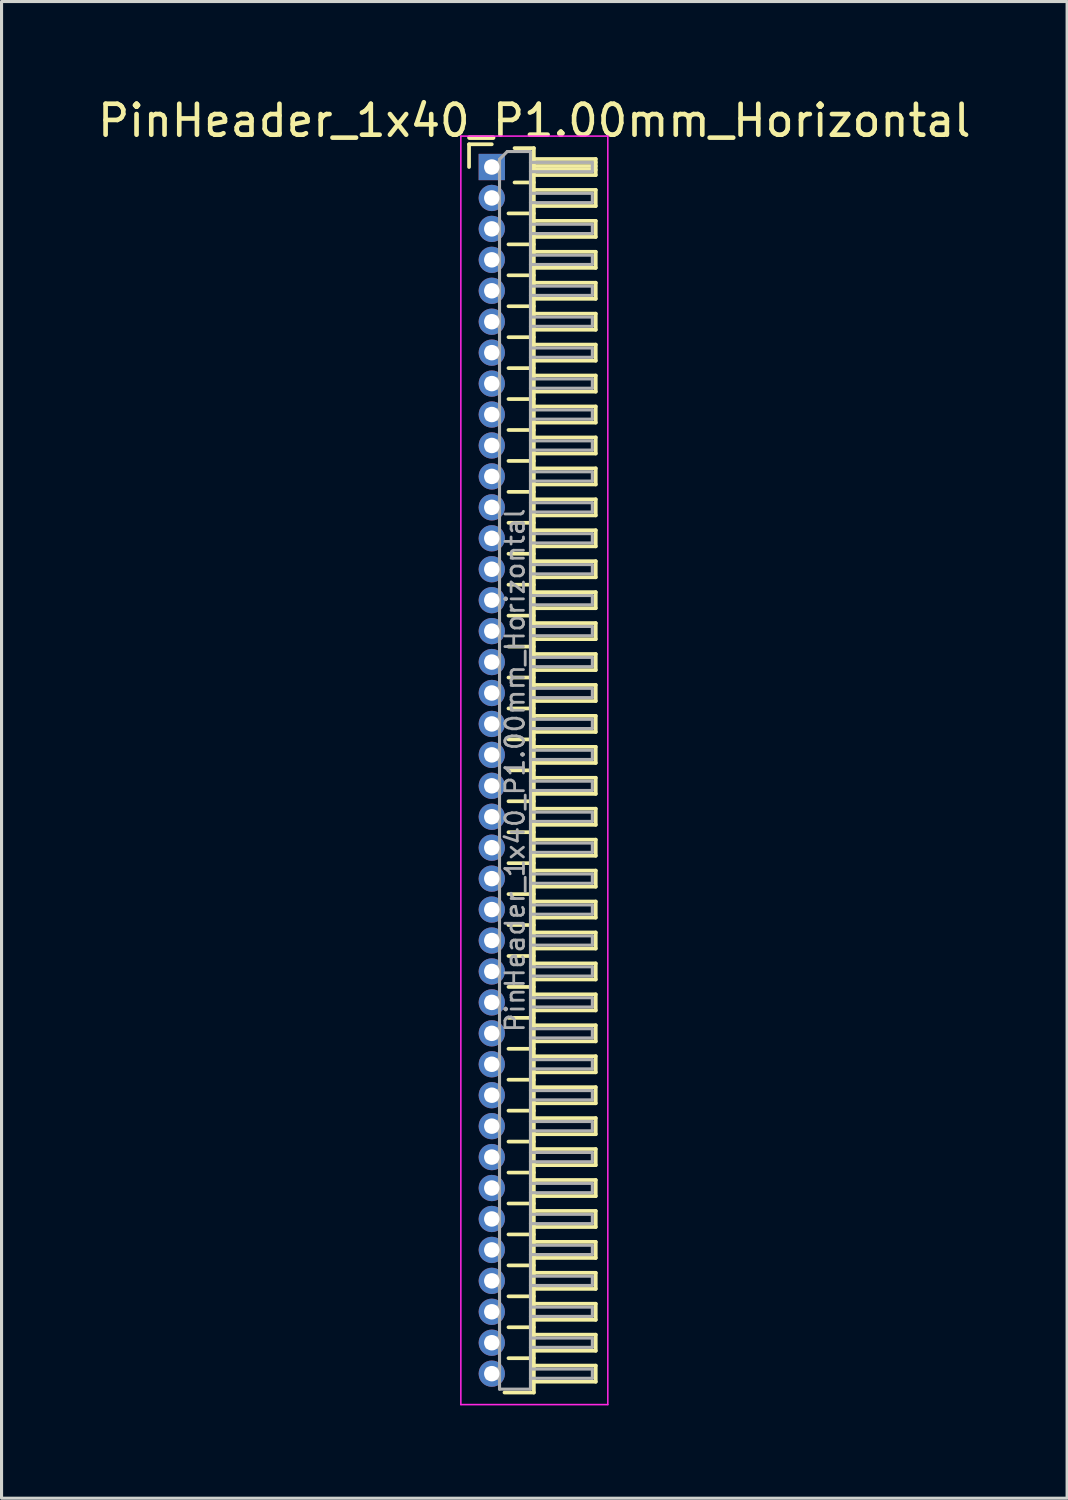
<source format=kicad_pcb>
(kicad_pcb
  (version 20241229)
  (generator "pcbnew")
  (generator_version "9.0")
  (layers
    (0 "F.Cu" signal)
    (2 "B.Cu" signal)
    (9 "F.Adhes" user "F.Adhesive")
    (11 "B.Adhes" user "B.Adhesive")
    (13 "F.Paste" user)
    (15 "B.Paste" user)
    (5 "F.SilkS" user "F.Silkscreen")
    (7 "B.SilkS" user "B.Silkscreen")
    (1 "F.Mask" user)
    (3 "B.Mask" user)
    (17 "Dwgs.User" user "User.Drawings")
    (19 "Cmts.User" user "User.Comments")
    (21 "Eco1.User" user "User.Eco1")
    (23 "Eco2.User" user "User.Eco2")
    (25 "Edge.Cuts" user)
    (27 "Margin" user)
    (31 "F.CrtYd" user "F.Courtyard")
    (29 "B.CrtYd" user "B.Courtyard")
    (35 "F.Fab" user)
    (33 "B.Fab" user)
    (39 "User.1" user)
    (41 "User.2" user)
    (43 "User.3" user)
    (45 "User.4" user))
  (footprint "PinHeader_1x40_P1.00mm_Horizontal"
    (layer "F.Cu")
    (at 12.845 2.348)
    (property "Reference" "PinHeader_1x40_P1.00mm_Horizontal" (at 1.375 -1.5 0) (layer "F.SilkS") (effects (font (size 1 1) (thickness 0.15))))
    (attr through_hole)
    (fp_line (start -0.735 -0.735) (end 0 -0.735) (stroke (width 0.12) (type solid)) (layer "F.SilkS"))
    (fp_line (start -0.735 0) (end -0.735 -0.735) (stroke (width 0.12) (type solid)) (layer "F.SilkS"))
    (fp_line (start 0.539 1.5) (end 1.36 1.5) (stroke (width 0.12) (type solid)) (layer "F.SilkS"))
    (fp_line (start 0.539 2.5) (end 1.36 2.5) (stroke (width 0.12) (type solid)) (layer "F.SilkS"))
    (fp_line (start 0.539 3.5) (end 1.36 3.5) (stroke (width 0.12) (type solid)) (layer "F.SilkS"))
    (fp_line (start 0.539 4.5) (end 1.36 4.5) (stroke (width 0.12) (type solid)) (layer "F.SilkS"))
    (fp_line (start 0.539 5.5) (end 1.36 5.5) (stroke (width 0.12) (type solid)) (layer "F.SilkS"))
    (fp_line (start 0.539 6.5) (end 1.36 6.5) (stroke (width 0.12) (type solid)) (layer "F.SilkS"))
    (fp_line (start 0.539 7.5) (end 1.36 7.5) (stroke (width 0.12) (type solid)) (layer "F.SilkS"))
    (fp_line (start 0.539 8.5) (end 1.36 8.5) (stroke (width 0.12) (type solid)) (layer "F.SilkS"))
    (fp_line (start 0.539 9.5) (end 1.36 9.5) (stroke (width 0.12) (type solid)) (layer "F.SilkS"))
    (fp_line (start 0.539 10.5) (end 1.36 10.5) (stroke (width 0.12) (type solid)) (layer "F.SilkS"))
    (fp_line (start 0.539 11.5) (end 1.36 11.5) (stroke (width 0.12) (type solid)) (layer "F.SilkS"))
    (fp_line (start 0.539 12.5) (end 1.36 12.5) (stroke (width 0.12) (type solid)) (layer "F.SilkS"))
    (fp_line (start 0.539 13.5) (end 1.36 13.5) (stroke (width 0.12) (type solid)) (layer "F.SilkS"))
    (fp_line (start 0.539 14.5) (end 1.36 14.5) (stroke (width 0.12) (type solid)) (layer "F.SilkS"))
    (fp_line (start 0.539 15.5) (end 1.36 15.5) (stroke (width 0.12) (type solid)) (layer "F.SilkS"))
    (fp_line (start 0.539 16.5) (end 1.36 16.5) (stroke (width 0.12) (type solid)) (layer "F.SilkS"))
    (fp_line (start 0.539 17.5) (end 1.36 17.5) (stroke (width 0.12) (type solid)) (layer "F.SilkS"))
    (fp_line (start 0.539 18.5) (end 1.36 18.5) (stroke (width 0.12) (type solid)) (layer "F.SilkS"))
    (fp_line (start 0.539 19.5) (end 1.36 19.5) (stroke (width 0.12) (type solid)) (layer "F.SilkS"))
    (fp_line (start 0.539 20.5) (end 1.36 20.5) (stroke (width 0.12) (type solid)) (layer "F.SilkS"))
    (fp_line (start 0.539 21.5) (end 1.36 21.5) (stroke (width 0.12) (type solid)) (layer "F.SilkS"))
    (fp_line (start 0.539 22.5) (end 1.36 22.5) (stroke (width 0.12) (type solid)) (layer "F.SilkS"))
    (fp_line (start 0.539 23.5) (end 1.36 23.5) (stroke (width 0.12) (type solid)) (layer "F.SilkS"))
    (fp_line (start 0.539 24.5) (end 1.36 24.5) (stroke (width 0.12) (type solid)) (layer "F.SilkS"))
    (fp_line (start 0.539 25.5) (end 1.36 25.5) (stroke (width 0.12) (type solid)) (layer "F.SilkS"))
    (fp_line (start 0.539 26.5) (end 1.36 26.5) (stroke (width 0.12) (type solid)) (layer "F.SilkS"))
    (fp_line (start 0.539 27.5) (end 1.36 27.5) (stroke (width 0.12) (type solid)) (layer "F.SilkS"))
    (fp_line (start 0.539 28.5) (end 1.36 28.5) (stroke (width 0.12) (type solid)) (layer "F.SilkS"))
    (fp_line (start 0.539 29.5) (end 1.36 29.5) (stroke (width 0.12) (type solid)) (layer "F.SilkS"))
    (fp_line (start 0.539 30.5) (end 1.36 30.5) (stroke (width 0.12) (type solid)) (layer "F.SilkS"))
    (fp_line (start 0.539 31.5) (end 1.36 31.5) (stroke (width 0.12) (type solid)) (layer "F.SilkS"))
    (fp_line (start 0.539 32.5) (end 1.36 32.5) (stroke (width 0.12) (type solid)) (layer "F.SilkS"))
    (fp_line (start 0.539 33.5) (end 1.36 33.5) (stroke (width 0.12) (type solid)) (layer "F.SilkS"))
    (fp_line (start 0.539 34.5) (end 1.36 34.5) (stroke (width 0.12) (type solid)) (layer "F.SilkS"))
    (fp_line (start 0.539 35.5) (end 1.36 35.5) (stroke (width 0.12) (type solid)) (layer "F.SilkS"))
    (fp_line (start 0.539 36.5) (end 1.36 36.5) (stroke (width 0.12) (type solid)) (layer "F.SilkS"))
    (fp_line (start 0.539 37.5) (end 1.36 37.5) (stroke (width 0.12) (type solid)) (layer "F.SilkS"))
    (fp_line (start 0.539 38.5) (end 1.36 38.5) (stroke (width 0.12) (type solid)) (layer "F.SilkS"))
    (fp_line (start 0.735 -0.61) (end 1.36 -0.61) (stroke (width 0.12) (type solid)) (layer "F.SilkS"))
    (fp_line (start 0.735 0.5) (end 1.36 0.5) (stroke (width 0.12) (type solid)) (layer "F.SilkS"))
    (fp_line (start 1.36 -0.61) (end 1.36 39.61) (stroke (width 0.12) (type solid)) (layer "F.SilkS"))
    (fp_line (start 1.36 -0.26) (end 3.36 -0.26) (stroke (width 0.12) (type solid)) (layer "F.SilkS"))
    (fp_line (start 1.36 -0.15) (end 3.36 -0.15) (stroke (width 0.12) (type solid)) (layer "F.SilkS"))
    (fp_line (start 1.36 -0.03) (end 3.36 -0.03) (stroke (width 0.12) (type solid)) (layer "F.SilkS"))
    (fp_line (start 1.36 0.09) (end 3.36 0.09) (stroke (width 0.12) (type solid)) (layer "F.SilkS"))
    (fp_line (start 1.36 0.74) (end 3.36 0.74) (stroke (width 0.12) (type solid)) (layer "F.SilkS"))
    (fp_line (start 1.36 1.74) (end 3.36 1.74) (stroke (width 0.12) (type solid)) (layer "F.SilkS"))
    (fp_line (start 1.36 2.74) (end 3.36 2.74) (stroke (width 0.12) (type solid)) (layer "F.SilkS"))
    (fp_line (start 1.36 3.74) (end 3.36 3.74) (stroke (width 0.12) (type solid)) (layer "F.SilkS"))
    (fp_line (start 1.36 4.74) (end 3.36 4.74) (stroke (width 0.12) (type solid)) (layer "F.SilkS"))
    (fp_line (start 1.36 5.74) (end 3.36 5.74) (stroke (width 0.12) (type solid)) (layer "F.SilkS"))
    (fp_line (start 1.36 6.74) (end 3.36 6.74) (stroke (width 0.12) (type solid)) (layer "F.SilkS"))
    (fp_line (start 1.36 7.74) (end 3.36 7.74) (stroke (width 0.12) (type solid)) (layer "F.SilkS"))
    (fp_line (start 1.36 8.74) (end 3.36 8.74) (stroke (width 0.12) (type solid)) (layer "F.SilkS"))
    (fp_line (start 1.36 9.74) (end 3.36 9.74) (stroke (width 0.12) (type solid)) (layer "F.SilkS"))
    (fp_line (start 1.36 10.74) (end 3.36 10.74) (stroke (width 0.12) (type solid)) (layer "F.SilkS"))
    (fp_line (start 1.36 11.74) (end 3.36 11.74) (stroke (width 0.12) (type solid)) (layer "F.SilkS"))
    (fp_line (start 1.36 12.74) (end 3.36 12.74) (stroke (width 0.12) (type solid)) (layer "F.SilkS"))
    (fp_line (start 1.36 13.74) (end 3.36 13.74) (stroke (width 0.12) (type solid)) (layer "F.SilkS"))
    (fp_line (start 1.36 14.74) (end 3.36 14.74) (stroke (width 0.12) (type solid)) (layer "F.SilkS"))
    (fp_line (start 1.36 15.74) (end 3.36 15.74) (stroke (width 0.12) (type solid)) (layer "F.SilkS"))
    (fp_line (start 1.36 16.74) (end 3.36 16.74) (stroke (width 0.12) (type solid)) (layer "F.SilkS"))
    (fp_line (start 1.36 17.74) (end 3.36 17.74) (stroke (width 0.12) (type solid)) (layer "F.SilkS"))
    (fp_line (start 1.36 18.74) (end 3.36 18.74) (stroke (width 0.12) (type solid)) (layer "F.SilkS"))
    (fp_line (start 1.36 19.74) (end 3.36 19.74) (stroke (width 0.12) (type solid)) (layer "F.SilkS"))
    (fp_line (start 1.36 20.74) (end 3.36 20.74) (stroke (width 0.12) (type solid)) (layer "F.SilkS"))
    (fp_line (start 1.36 21.74) (end 3.36 21.74) (stroke (width 0.12) (type solid)) (layer "F.SilkS"))
    (fp_line (start 1.36 22.74) (end 3.36 22.74) (stroke (width 0.12) (type solid)) (layer "F.SilkS"))
    (fp_line (start 1.36 23.74) (end 3.36 23.74) (stroke (width 0.12) (type solid)) (layer "F.SilkS"))
    (fp_line (start 1.36 24.74) (end 3.36 24.74) (stroke (width 0.12) (type solid)) (layer "F.SilkS"))
    (fp_line (start 1.36 25.74) (end 3.36 25.74) (stroke (width 0.12) (type solid)) (layer "F.SilkS"))
    (fp_line (start 1.36 26.74) (end 3.36 26.74) (stroke (width 0.12) (type solid)) (layer "F.SilkS"))
    (fp_line (start 1.36 27.74) (end 3.36 27.74) (stroke (width 0.12) (type solid)) (layer "F.SilkS"))
    (fp_line (start 1.36 28.74) (end 3.36 28.74) (stroke (width 0.12) (type solid)) (layer "F.SilkS"))
    (fp_line (start 1.36 29.74) (end 3.36 29.74) (stroke (width 0.12) (type solid)) (layer "F.SilkS"))
    (fp_line (start 1.36 30.74) (end 3.36 30.74) (stroke (width 0.12) (type solid)) (layer "F.SilkS"))
    (fp_line (start 1.36 31.74) (end 3.36 31.74) (stroke (width 0.12) (type solid)) (layer "F.SilkS"))
    (fp_line (start 1.36 32.74) (end 3.36 32.74) (stroke (width 0.12) (type solid)) (layer "F.SilkS"))
    (fp_line (start 1.36 33.74) (end 3.36 33.74) (stroke (width 0.12) (type solid)) (layer "F.SilkS"))
    (fp_line (start 1.36 34.74) (end 3.36 34.74) (stroke (width 0.12) (type solid)) (layer "F.SilkS"))
    (fp_line (start 1.36 35.74) (end 3.36 35.74) (stroke (width 0.12) (type solid)) (layer "F.SilkS"))
    (fp_line (start 1.36 36.74) (end 3.36 36.74) (stroke (width 0.12) (type solid)) (layer "F.SilkS"))
    (fp_line (start 1.36 37.74) (end 3.36 37.74) (stroke (width 0.12) (type solid)) (layer "F.SilkS"))
    (fp_line (start 1.36 38.74) (end 3.36 38.74) (stroke (width 0.12) (type solid)) (layer "F.SilkS"))
    (fp_line (start 1.36 39.61) (end 0.41 39.61) (stroke (width 0.12) (type solid)) (layer "F.SilkS"))
    (fp_line (start 3.36 -0.26) (end 3.36 0.26) (stroke (width 0.12) (type solid)) (layer "F.SilkS"))
    (fp_line (start 3.36 0.26) (end 1.36 0.26) (stroke (width 0.12) (type solid)) (layer "F.SilkS"))
    (fp_line (start 3.36 0.74) (end 3.36 1.26) (stroke (width 0.12) (type solid)) (layer "F.SilkS"))
    (fp_line (start 3.36 1.26) (end 1.36 1.26) (stroke (width 0.12) (type solid)) (layer "F.SilkS"))
    (fp_line (start 3.36 1.74) (end 3.36 2.26) (stroke (width 0.12) (type solid)) (layer "F.SilkS"))
    (fp_line (start 3.36 2.26) (end 1.36 2.26) (stroke (width 0.12) (type solid)) (layer "F.SilkS"))
    (fp_line (start 3.36 2.74) (end 3.36 3.26) (stroke (width 0.12) (type solid)) (layer "F.SilkS"))
    (fp_line (start 3.36 3.26) (end 1.36 3.26) (stroke (width 0.12) (type solid)) (layer "F.SilkS"))
    (fp_line (start 3.36 3.74) (end 3.36 4.26) (stroke (width 0.12) (type solid)) (layer "F.SilkS"))
    (fp_line (start 3.36 4.26) (end 1.36 4.26) (stroke (width 0.12) (type solid)) (layer "F.SilkS"))
    (fp_line (start 3.36 4.74) (end 3.36 5.26) (stroke (width 0.12) (type solid)) (layer "F.SilkS"))
    (fp_line (start 3.36 5.26) (end 1.36 5.26) (stroke (width 0.12) (type solid)) (layer "F.SilkS"))
    (fp_line (start 3.36 5.74) (end 3.36 6.26) (stroke (width 0.12) (type solid)) (layer "F.SilkS"))
    (fp_line (start 3.36 6.26) (end 1.36 6.26) (stroke (width 0.12) (type solid)) (layer "F.SilkS"))
    (fp_line (start 3.36 6.74) (end 3.36 7.26) (stroke (width 0.12) (type solid)) (layer "F.SilkS"))
    (fp_line (start 3.36 7.26) (end 1.36 7.26) (stroke (width 0.12) (type solid)) (layer "F.SilkS"))
    (fp_line (start 3.36 7.74) (end 3.36 8.26) (stroke (width 0.12) (type solid)) (layer "F.SilkS"))
    (fp_line (start 3.36 8.26) (end 1.36 8.26) (stroke (width 0.12) (type solid)) (layer "F.SilkS"))
    (fp_line (start 3.36 8.74) (end 3.36 9.26) (stroke (width 0.12) (type solid)) (layer "F.SilkS"))
    (fp_line (start 3.36 9.26) (end 1.36 9.26) (stroke (width 0.12) (type solid)) (layer "F.SilkS"))
    (fp_line (start 3.36 9.74) (end 3.36 10.26) (stroke (width 0.12) (type solid)) (layer "F.SilkS"))
    (fp_line (start 3.36 10.26) (end 1.36 10.26) (stroke (width 0.12) (type solid)) (layer "F.SilkS"))
    (fp_line (start 3.36 10.74) (end 3.36 11.26) (stroke (width 0.12) (type solid)) (layer "F.SilkS"))
    (fp_line (start 3.36 11.26) (end 1.36 11.26) (stroke (width 0.12) (type solid)) (layer "F.SilkS"))
    (fp_line (start 3.36 11.74) (end 3.36 12.26) (stroke (width 0.12) (type solid)) (layer "F.SilkS"))
    (fp_line (start 3.36 12.26) (end 1.36 12.26) (stroke (width 0.12) (type solid)) (layer "F.SilkS"))
    (fp_line (start 3.36 12.74) (end 3.36 13.26) (stroke (width 0.12) (type solid)) (layer "F.SilkS"))
    (fp_line (start 3.36 13.26) (end 1.36 13.26) (stroke (width 0.12) (type solid)) (layer "F.SilkS"))
    (fp_line (start 3.36 13.74) (end 3.36 14.26) (stroke (width 0.12) (type solid)) (layer "F.SilkS"))
    (fp_line (start 3.36 14.26) (end 1.36 14.26) (stroke (width 0.12) (type solid)) (layer "F.SilkS"))
    (fp_line (start 3.36 14.74) (end 3.36 15.26) (stroke (width 0.12) (type solid)) (layer "F.SilkS"))
    (fp_line (start 3.36 15.26) (end 1.36 15.26) (stroke (width 0.12) (type solid)) (layer "F.SilkS"))
    (fp_line (start 3.36 15.74) (end 3.36 16.26) (stroke (width 0.12) (type solid)) (layer "F.SilkS"))
    (fp_line (start 3.36 16.26) (end 1.36 16.26) (stroke (width 0.12) (type solid)) (layer "F.SilkS"))
    (fp_line (start 3.36 16.74) (end 3.36 17.26) (stroke (width 0.12) (type solid)) (layer "F.SilkS"))
    (fp_line (start 3.36 17.26) (end 1.36 17.26) (stroke (width 0.12) (type solid)) (layer "F.SilkS"))
    (fp_line (start 3.36 17.74) (end 3.36 18.26) (stroke (width 0.12) (type solid)) (layer "F.SilkS"))
    (fp_line (start 3.36 18.26) (end 1.36 18.26) (stroke (width 0.12) (type solid)) (layer "F.SilkS"))
    (fp_line (start 3.36 18.74) (end 3.36 19.26) (stroke (width 0.12) (type solid)) (layer "F.SilkS"))
    (fp_line (start 3.36 19.26) (end 1.36 19.26) (stroke (width 0.12) (type solid)) (layer "F.SilkS"))
    (fp_line (start 3.36 19.74) (end 3.36 20.26) (stroke (width 0.12) (type solid)) (layer "F.SilkS"))
    (fp_line (start 3.36 20.26) (end 1.36 20.26) (stroke (width 0.12) (type solid)) (layer "F.SilkS"))
    (fp_line (start 3.36 20.74) (end 3.36 21.26) (stroke (width 0.12) (type solid)) (layer "F.SilkS"))
    (fp_line (start 3.36 21.26) (end 1.36 21.26) (stroke (width 0.12) (type solid)) (layer "F.SilkS"))
    (fp_line (start 3.36 21.74) (end 3.36 22.26) (stroke (width 0.12) (type solid)) (layer "F.SilkS"))
    (fp_line (start 3.36 22.26) (end 1.36 22.26) (stroke (width 0.12) (type solid)) (layer "F.SilkS"))
    (fp_line (start 3.36 22.74) (end 3.36 23.26) (stroke (width 0.12) (type solid)) (layer "F.SilkS"))
    (fp_line (start 3.36 23.26) (end 1.36 23.26) (stroke (width 0.12) (type solid)) (layer "F.SilkS"))
    (fp_line (start 3.36 23.74) (end 3.36 24.26) (stroke (width 0.12) (type solid)) (layer "F.SilkS"))
    (fp_line (start 3.36 24.26) (end 1.36 24.26) (stroke (width 0.12) (type solid)) (layer "F.SilkS"))
    (fp_line (start 3.36 24.74) (end 3.36 25.26) (stroke (width 0.12) (type solid)) (layer "F.SilkS"))
    (fp_line (start 3.36 25.26) (end 1.36 25.26) (stroke (width 0.12) (type solid)) (layer "F.SilkS"))
    (fp_line (start 3.36 25.74) (end 3.36 26.26) (stroke (width 0.12) (type solid)) (layer "F.SilkS"))
    (fp_line (start 3.36 26.26) (end 1.36 26.26) (stroke (width 0.12) (type solid)) (layer "F.SilkS"))
    (fp_line (start 3.36 26.74) (end 3.36 27.26) (stroke (width 0.12) (type solid)) (layer "F.SilkS"))
    (fp_line (start 3.36 27.26) (end 1.36 27.26) (stroke (width 0.12) (type solid)) (layer "F.SilkS"))
    (fp_line (start 3.36 27.74) (end 3.36 28.26) (stroke (width 0.12) (type solid)) (layer "F.SilkS"))
    (fp_line (start 3.36 28.26) (end 1.36 28.26) (stroke (width 0.12) (type solid)) (layer "F.SilkS"))
    (fp_line (start 3.36 28.74) (end 3.36 29.26) (stroke (width 0.12) (type solid)) (layer "F.SilkS"))
    (fp_line (start 3.36 29.26) (end 1.36 29.26) (stroke (width 0.12) (type solid)) (layer "F.SilkS"))
    (fp_line (start 3.36 29.74) (end 3.36 30.26) (stroke (width 0.12) (type solid)) (layer "F.SilkS"))
    (fp_line (start 3.36 30.26) (end 1.36 30.26) (stroke (width 0.12) (type solid)) (layer "F.SilkS"))
    (fp_line (start 3.36 30.74) (end 3.36 31.26) (stroke (width 0.12) (type solid)) (layer "F.SilkS"))
    (fp_line (start 3.36 31.26) (end 1.36 31.26) (stroke (width 0.12) (type solid)) (layer "F.SilkS"))
    (fp_line (start 3.36 31.74) (end 3.36 32.26) (stroke (width 0.12) (type solid)) (layer "F.SilkS"))
    (fp_line (start 3.36 32.26) (end 1.36 32.26) (stroke (width 0.12) (type solid)) (layer "F.SilkS"))
    (fp_line (start 3.36 32.74) (end 3.36 33.26) (stroke (width 0.12) (type solid)) (layer "F.SilkS"))
    (fp_line (start 3.36 33.26) (end 1.36 33.26) (stroke (width 0.12) (type solid)) (layer "F.SilkS"))
    (fp_line (start 3.36 33.74) (end 3.36 34.26) (stroke (width 0.12) (type solid)) (layer "F.SilkS"))
    (fp_line (start 3.36 34.26) (end 1.36 34.26) (stroke (width 0.12) (type solid)) (layer "F.SilkS"))
    (fp_line (start 3.36 34.74) (end 3.36 35.26) (stroke (width 0.12) (type solid)) (layer "F.SilkS"))
    (fp_line (start 3.36 35.26) (end 1.36 35.26) (stroke (width 0.12) (type solid)) (layer "F.SilkS"))
    (fp_line (start 3.36 35.74) (end 3.36 36.26) (stroke (width 0.12) (type solid)) (layer "F.SilkS"))
    (fp_line (start 3.36 36.26) (end 1.36 36.26) (stroke (width 0.12) (type solid)) (layer "F.SilkS"))
    (fp_line (start 3.36 36.74) (end 3.36 37.26) (stroke (width 0.12) (type solid)) (layer "F.SilkS"))
    (fp_line (start 3.36 37.26) (end 1.36 37.26) (stroke (width 0.12) (type solid)) (layer "F.SilkS"))
    (fp_line (start 3.36 37.74) (end 3.36 38.26) (stroke (width 0.12) (type solid)) (layer "F.SilkS"))
    (fp_line (start 3.36 38.26) (end 1.36 38.26) (stroke (width 0.12) (type solid)) (layer "F.SilkS"))
    (fp_line (start 3.36 38.74) (end 3.36 39.26) (stroke (width 0.12) (type solid)) (layer "F.SilkS"))
    (fp_line (start 3.36 39.26) (end 1.36 39.26) (stroke (width 0.12) (type solid)) (layer "F.SilkS"))
    (fp_line (start -1 -1) (end -1 40) (stroke (width 0.05) (type solid)) (layer "F.CrtYd"))
    (fp_line (start -1 40) (end 3.75 40) (stroke (width 0.05) (type solid)) (layer "F.CrtYd"))
    (fp_line (start 3.75 -1) (end -1 -1) (stroke (width 0.05) (type solid)) (layer "F.CrtYd"))
    (fp_line (start 3.75 40) (end 3.75 -1) (stroke (width 0.05) (type solid)) (layer "F.CrtYd"))
    (fp_line (start -0.15 -0.15) (end -0.15 0.15) (stroke (width 0.1) (type solid)) (layer "F.Fab"))
    (fp_line (start -0.15 -0.15) (end 0.25 -0.15) (stroke (width 0.1) (type solid)) (layer "F.Fab"))
    (fp_line (start -0.15 0.15) (end 0.25 0.15) (stroke (width 0.1) (type solid)) (layer "F.Fab"))
    (fp_line (start -0.15 0.85) (end -0.15 1.15) (stroke (width 0.1) (type solid)) (layer "F.Fab"))
    (fp_line (start -0.15 0.85) (end 0.25 0.85) (stroke (width 0.1) (type solid)) (layer "F.Fab"))
    (fp_line (start -0.15 1.15) (end 0.25 1.15) (stroke (width 0.1) (type solid)) (layer "F.Fab"))
    (fp_line (start -0.15 1.85) (end -0.15 2.15) (stroke (width 0.1) (type solid)) (layer "F.Fab"))
    (fp_line (start -0.15 1.85) (end 0.25 1.85) (stroke (width 0.1) (type solid)) (layer "F.Fab"))
    (fp_line (start -0.15 2.15) (end 0.25 2.15) (stroke (width 0.1) (type solid)) (layer "F.Fab"))
    (fp_line (start -0.15 2.85) (end -0.15 3.15) (stroke (width 0.1) (type solid)) (layer "F.Fab"))
    (fp_line (start -0.15 2.85) (end 0.25 2.85) (stroke (width 0.1) (type solid)) (layer "F.Fab"))
    (fp_line (start -0.15 3.15) (end 0.25 3.15) (stroke (width 0.1) (type solid)) (layer "F.Fab"))
    (fp_line (start -0.15 3.85) (end -0.15 4.15) (stroke (width 0.1) (type solid)) (layer "F.Fab"))
    (fp_line (start -0.15 3.85) (end 0.25 3.85) (stroke (width 0.1) (type solid)) (layer "F.Fab"))
    (fp_line (start -0.15 4.15) (end 0.25 4.15) (stroke (width 0.1) (type solid)) (layer "F.Fab"))
    (fp_line (start -0.15 4.85) (end -0.15 5.15) (stroke (width 0.1) (type solid)) (layer "F.Fab"))
    (fp_line (start -0.15 4.85) (end 0.25 4.85) (stroke (width 0.1) (type solid)) (layer "F.Fab"))
    (fp_line (start -0.15 5.15) (end 0.25 5.15) (stroke (width 0.1) (type solid)) (layer "F.Fab"))
    (fp_line (start -0.15 5.85) (end -0.15 6.15) (stroke (width 0.1) (type solid)) (layer "F.Fab"))
    (fp_line (start -0.15 5.85) (end 0.25 5.85) (stroke (width 0.1) (type solid)) (layer "F.Fab"))
    (fp_line (start -0.15 6.15) (end 0.25 6.15) (stroke (width 0.1) (type solid)) (layer "F.Fab"))
    (fp_line (start -0.15 6.85) (end -0.15 7.15) (stroke (width 0.1) (type solid)) (layer "F.Fab"))
    (fp_line (start -0.15 6.85) (end 0.25 6.85) (stroke (width 0.1) (type solid)) (layer "F.Fab"))
    (fp_line (start -0.15 7.15) (end 0.25 7.15) (stroke (width 0.1) (type solid)) (layer "F.Fab"))
    (fp_line (start -0.15 7.85) (end -0.15 8.15) (stroke (width 0.1) (type solid)) (layer "F.Fab"))
    (fp_line (start -0.15 7.85) (end 0.25 7.85) (stroke (width 0.1) (type solid)) (layer "F.Fab"))
    (fp_line (start -0.15 8.15) (end 0.25 8.15) (stroke (width 0.1) (type solid)) (layer "F.Fab"))
    (fp_line (start -0.15 8.85) (end -0.15 9.15) (stroke (width 0.1) (type solid)) (layer "F.Fab"))
    (fp_line (start -0.15 8.85) (end 0.25 8.85) (stroke (width 0.1) (type solid)) (layer "F.Fab"))
    (fp_line (start -0.15 9.15) (end 0.25 9.15) (stroke (width 0.1) (type solid)) (layer "F.Fab"))
    (fp_line (start -0.15 9.85) (end -0.15 10.15) (stroke (width 0.1) (type solid)) (layer "F.Fab"))
    (fp_line (start -0.15 9.85) (end 0.25 9.85) (stroke (width 0.1) (type solid)) (layer "F.Fab"))
    (fp_line (start -0.15 10.15) (end 0.25 10.15) (stroke (width 0.1) (type solid)) (layer "F.Fab"))
    (fp_line (start -0.15 10.85) (end -0.15 11.15) (stroke (width 0.1) (type solid)) (layer "F.Fab"))
    (fp_line (start -0.15 10.85) (end 0.25 10.85) (stroke (width 0.1) (type solid)) (layer "F.Fab"))
    (fp_line (start -0.15 11.15) (end 0.25 11.15) (stroke (width 0.1) (type solid)) (layer "F.Fab"))
    (fp_line (start -0.15 11.85) (end -0.15 12.15) (stroke (width 0.1) (type solid)) (layer "F.Fab"))
    (fp_line (start -0.15 11.85) (end 0.25 11.85) (stroke (width 0.1) (type solid)) (layer "F.Fab"))
    (fp_line (start -0.15 12.15) (end 0.25 12.15) (stroke (width 0.1) (type solid)) (layer "F.Fab"))
    (fp_line (start -0.15 12.85) (end -0.15 13.15) (stroke (width 0.1) (type solid)) (layer "F.Fab"))
    (fp_line (start -0.15 12.85) (end 0.25 12.85) (stroke (width 0.1) (type solid)) (layer "F.Fab"))
    (fp_line (start -0.15 13.15) (end 0.25 13.15) (stroke (width 0.1) (type solid)) (layer "F.Fab"))
    (fp_line (start -0.15 13.85) (end -0.15 14.15) (stroke (width 0.1) (type solid)) (layer "F.Fab"))
    (fp_line (start -0.15 13.85) (end 0.25 13.85) (stroke (width 0.1) (type solid)) (layer "F.Fab"))
    (fp_line (start -0.15 14.15) (end 0.25 14.15) (stroke (width 0.1) (type solid)) (layer "F.Fab"))
    (fp_line (start -0.15 14.85) (end -0.15 15.15) (stroke (width 0.1) (type solid)) (layer "F.Fab"))
    (fp_line (start -0.15 14.85) (end 0.25 14.85) (stroke (width 0.1) (type solid)) (layer "F.Fab"))
    (fp_line (start -0.15 15.15) (end 0.25 15.15) (stroke (width 0.1) (type solid)) (layer "F.Fab"))
    (fp_line (start -0.15 15.85) (end -0.15 16.15) (stroke (width 0.1) (type solid)) (layer "F.Fab"))
    (fp_line (start -0.15 15.85) (end 0.25 15.85) (stroke (width 0.1) (type solid)) (layer "F.Fab"))
    (fp_line (start -0.15 16.15) (end 0.25 16.15) (stroke (width 0.1) (type solid)) (layer "F.Fab"))
    (fp_line (start -0.15 16.85) (end -0.15 17.15) (stroke (width 0.1) (type solid)) (layer "F.Fab"))
    (fp_line (start -0.15 16.85) (end 0.25 16.85) (stroke (width 0.1) (type solid)) (layer "F.Fab"))
    (fp_line (start -0.15 17.15) (end 0.25 17.15) (stroke (width 0.1) (type solid)) (layer "F.Fab"))
    (fp_line (start -0.15 17.85) (end -0.15 18.15) (stroke (width 0.1) (type solid)) (layer "F.Fab"))
    (fp_line (start -0.15 17.85) (end 0.25 17.85) (stroke (width 0.1) (type solid)) (layer "F.Fab"))
    (fp_line (start -0.15 18.15) (end 0.25 18.15) (stroke (width 0.1) (type solid)) (layer "F.Fab"))
    (fp_line (start -0.15 18.85) (end -0.15 19.15) (stroke (width 0.1) (type solid)) (layer "F.Fab"))
    (fp_line (start -0.15 18.85) (end 0.25 18.85) (stroke (width 0.1) (type solid)) (layer "F.Fab"))
    (fp_line (start -0.15 19.15) (end 0.25 19.15) (stroke (width 0.1) (type solid)) (layer "F.Fab"))
    (fp_line (start -0.15 19.85) (end -0.15 20.15) (stroke (width 0.1) (type solid)) (layer "F.Fab"))
    (fp_line (start -0.15 19.85) (end 0.25 19.85) (stroke (width 0.1) (type solid)) (layer "F.Fab"))
    (fp_line (start -0.15 20.15) (end 0.25 20.15) (stroke (width 0.1) (type solid)) (layer "F.Fab"))
    (fp_line (start -0.15 20.85) (end -0.15 21.15) (stroke (width 0.1) (type solid)) (layer "F.Fab"))
    (fp_line (start -0.15 20.85) (end 0.25 20.85) (stroke (width 0.1) (type solid)) (layer "F.Fab"))
    (fp_line (start -0.15 21.15) (end 0.25 21.15) (stroke (width 0.1) (type solid)) (layer "F.Fab"))
    (fp_line (start -0.15 21.85) (end -0.15 22.15) (stroke (width 0.1) (type solid)) (layer "F.Fab"))
    (fp_line (start -0.15 21.85) (end 0.25 21.85) (stroke (width 0.1) (type solid)) (layer "F.Fab"))
    (fp_line (start -0.15 22.15) (end 0.25 22.15) (stroke (width 0.1) (type solid)) (layer "F.Fab"))
    (fp_line (start -0.15 22.85) (end -0.15 23.15) (stroke (width 0.1) (type solid)) (layer "F.Fab"))
    (fp_line (start -0.15 22.85) (end 0.25 22.85) (stroke (width 0.1) (type solid)) (layer "F.Fab"))
    (fp_line (start -0.15 23.15) (end 0.25 23.15) (stroke (width 0.1) (type solid)) (layer "F.Fab"))
    (fp_line (start -0.15 23.85) (end -0.15 24.15) (stroke (width 0.1) (type solid)) (layer "F.Fab"))
    (fp_line (start -0.15 23.85) (end 0.25 23.85) (stroke (width 0.1) (type solid)) (layer "F.Fab"))
    (fp_line (start -0.15 24.15) (end 0.25 24.15) (stroke (width 0.1) (type solid)) (layer "F.Fab"))
    (fp_line (start -0.15 24.85) (end -0.15 25.15) (stroke (width 0.1) (type solid)) (layer "F.Fab"))
    (fp_line (start -0.15 24.85) (end 0.25 24.85) (stroke (width 0.1) (type solid)) (layer "F.Fab"))
    (fp_line (start -0.15 25.15) (end 0.25 25.15) (stroke (width 0.1) (type solid)) (layer "F.Fab"))
    (fp_line (start -0.15 25.85) (end -0.15 26.15) (stroke (width 0.1) (type solid)) (layer "F.Fab"))
    (fp_line (start -0.15 25.85) (end 0.25 25.85) (stroke (width 0.1) (type solid)) (layer "F.Fab"))
    (fp_line (start -0.15 26.15) (end 0.25 26.15) (stroke (width 0.1) (type solid)) (layer "F.Fab"))
    (fp_line (start -0.15 26.85) (end -0.15 27.15) (stroke (width 0.1) (type solid)) (layer "F.Fab"))
    (fp_line (start -0.15 26.85) (end 0.25 26.85) (stroke (width 0.1) (type solid)) (layer "F.Fab"))
    (fp_line (start -0.15 27.15) (end 0.25 27.15) (stroke (width 0.1) (type solid)) (layer "F.Fab"))
    (fp_line (start -0.15 27.85) (end -0.15 28.15) (stroke (width 0.1) (type solid)) (layer "F.Fab"))
    (fp_line (start -0.15 27.85) (end 0.25 27.85) (stroke (width 0.1) (type solid)) (layer "F.Fab"))
    (fp_line (start -0.15 28.15) (end 0.25 28.15) (stroke (width 0.1) (type solid)) (layer "F.Fab"))
    (fp_line (start -0.15 28.85) (end -0.15 29.15) (stroke (width 0.1) (type solid)) (layer "F.Fab"))
    (fp_line (start -0.15 28.85) (end 0.25 28.85) (stroke (width 0.1) (type solid)) (layer "F.Fab"))
    (fp_line (start -0.15 29.15) (end 0.25 29.15) (stroke (width 0.1) (type solid)) (layer "F.Fab"))
    (fp_line (start -0.15 29.85) (end -0.15 30.15) (stroke (width 0.1) (type solid)) (layer "F.Fab"))
    (fp_line (start -0.15 29.85) (end 0.25 29.85) (stroke (width 0.1) (type solid)) (layer "F.Fab"))
    (fp_line (start -0.15 30.15) (end 0.25 30.15) (stroke (width 0.1) (type solid)) (layer "F.Fab"))
    (fp_line (start -0.15 30.85) (end -0.15 31.15) (stroke (width 0.1) (type solid)) (layer "F.Fab"))
    (fp_line (start -0.15 30.85) (end 0.25 30.85) (stroke (width 0.1) (type solid)) (layer "F.Fab"))
    (fp_line (start -0.15 31.15) (end 0.25 31.15) (stroke (width 0.1) (type solid)) (layer "F.Fab"))
    (fp_line (start -0.15 31.85) (end -0.15 32.15) (stroke (width 0.1) (type solid)) (layer "F.Fab"))
    (fp_line (start -0.15 31.85) (end 0.25 31.85) (stroke (width 0.1) (type solid)) (layer "F.Fab"))
    (fp_line (start -0.15 32.15) (end 0.25 32.15) (stroke (width 0.1) (type solid)) (layer "F.Fab"))
    (fp_line (start -0.15 32.85) (end -0.15 33.15) (stroke (width 0.1) (type solid)) (layer "F.Fab"))
    (fp_line (start -0.15 32.85) (end 0.25 32.85) (stroke (width 0.1) (type solid)) (layer "F.Fab"))
    (fp_line (start -0.15 33.15) (end 0.25 33.15) (stroke (width 0.1) (type solid)) (layer "F.Fab"))
    (fp_line (start -0.15 33.85) (end -0.15 34.15) (stroke (width 0.1) (type solid)) (layer "F.Fab"))
    (fp_line (start -0.15 33.85) (end 0.25 33.85) (stroke (width 0.1) (type solid)) (layer "F.Fab"))
    (fp_line (start -0.15 34.15) (end 0.25 34.15) (stroke (width 0.1) (type solid)) (layer "F.Fab"))
    (fp_line (start -0.15 34.85) (end -0.15 35.15) (stroke (width 0.1) (type solid)) (layer "F.Fab"))
    (fp_line (start -0.15 34.85) (end 0.25 34.85) (stroke (width 0.1) (type solid)) (layer "F.Fab"))
    (fp_line (start -0.15 35.15) (end 0.25 35.15) (stroke (width 0.1) (type solid)) (layer "F.Fab"))
    (fp_line (start -0.15 35.85) (end -0.15 36.15) (stroke (width 0.1) (type solid)) (layer "F.Fab"))
    (fp_line (start -0.15 35.85) (end 0.25 35.85) (stroke (width 0.1) (type solid)) (layer "F.Fab"))
    (fp_line (start -0.15 36.15) (end 0.25 36.15) (stroke (width 0.1) (type solid)) (layer "F.Fab"))
    (fp_line (start -0.15 36.85) (end -0.15 37.15) (stroke (width 0.1) (type solid)) (layer "F.Fab"))
    (fp_line (start -0.15 36.85) (end 0.25 36.85) (stroke (width 0.1) (type solid)) (layer "F.Fab"))
    (fp_line (start -0.15 37.15) (end 0.25 37.15) (stroke (width 0.1) (type solid)) (layer "F.Fab"))
    (fp_line (start -0.15 37.85) (end -0.15 38.15) (stroke (width 0.1) (type solid)) (layer "F.Fab"))
    (fp_line (start -0.15 37.85) (end 0.25 37.85) (stroke (width 0.1) (type solid)) (layer "F.Fab"))
    (fp_line (start -0.15 38.15) (end 0.25 38.15) (stroke (width 0.1) (type solid)) (layer "F.Fab"))
    (fp_line (start -0.15 38.85) (end -0.15 39.15) (stroke (width 0.1) (type solid)) (layer "F.Fab"))
    (fp_line (start -0.15 38.85) (end 0.25 38.85) (stroke (width 0.1) (type solid)) (layer "F.Fab"))
    (fp_line (start -0.15 39.15) (end 0.25 39.15) (stroke (width 0.1) (type solid)) (layer "F.Fab"))
    (fp_line (start 0.25 -0.25) (end 0.5 -0.5) (stroke (width 0.1) (type solid)) (layer "F.Fab"))
    (fp_line (start 0.25 39.5) (end 0.25 -0.25) (stroke (width 0.1) (type solid)) (layer "F.Fab"))
    (fp_line (start 0.5 -0.5) (end 1.25 -0.5) (stroke (width 0.1) (type solid)) (layer "F.Fab"))
    (fp_line (start 1.25 -0.5) (end 1.25 39.5) (stroke (width 0.1) (type solid)) (layer "F.Fab"))
    (fp_line (start 1.25 -0.15) (end 3.25 -0.15) (stroke (width 0.1) (type solid)) (layer "F.Fab"))
    (fp_line (start 1.25 0.15) (end 3.25 0.15) (stroke (width 0.1) (type solid)) (layer "F.Fab"))
    (fp_line (start 1.25 0.85) (end 3.25 0.85) (stroke (width 0.1) (type solid)) (layer "F.Fab"))
    (fp_line (start 1.25 1.15) (end 3.25 1.15) (stroke (width 0.1) (type solid)) (layer "F.Fab"))
    (fp_line (start 1.25 1.85) (end 3.25 1.85) (stroke (width 0.1) (type solid)) (layer "F.Fab"))
    (fp_line (start 1.25 2.15) (end 3.25 2.15) (stroke (width 0.1) (type solid)) (layer "F.Fab"))
    (fp_line (start 1.25 2.85) (end 3.25 2.85) (stroke (width 0.1) (type solid)) (layer "F.Fab"))
    (fp_line (start 1.25 3.15) (end 3.25 3.15) (stroke (width 0.1) (type solid)) (layer "F.Fab"))
    (fp_line (start 1.25 3.85) (end 3.25 3.85) (stroke (width 0.1) (type solid)) (layer "F.Fab"))
    (fp_line (start 1.25 4.15) (end 3.25 4.15) (stroke (width 0.1) (type solid)) (layer "F.Fab"))
    (fp_line (start 1.25 4.85) (end 3.25 4.85) (stroke (width 0.1) (type solid)) (layer "F.Fab"))
    (fp_line (start 1.25 5.15) (end 3.25 5.15) (stroke (width 0.1) (type solid)) (layer "F.Fab"))
    (fp_line (start 1.25 5.85) (end 3.25 5.85) (stroke (width 0.1) (type solid)) (layer "F.Fab"))
    (fp_line (start 1.25 6.15) (end 3.25 6.15) (stroke (width 0.1) (type solid)) (layer "F.Fab"))
    (fp_line (start 1.25 6.85) (end 3.25 6.85) (stroke (width 0.1) (type solid)) (layer "F.Fab"))
    (fp_line (start 1.25 7.15) (end 3.25 7.15) (stroke (width 0.1) (type solid)) (layer "F.Fab"))
    (fp_line (start 1.25 7.85) (end 3.25 7.85) (stroke (width 0.1) (type solid)) (layer "F.Fab"))
    (fp_line (start 1.25 8.15) (end 3.25 8.15) (stroke (width 0.1) (type solid)) (layer "F.Fab"))
    (fp_line (start 1.25 8.85) (end 3.25 8.85) (stroke (width 0.1) (type solid)) (layer "F.Fab"))
    (fp_line (start 1.25 9.15) (end 3.25 9.15) (stroke (width 0.1) (type solid)) (layer "F.Fab"))
    (fp_line (start 1.25 9.85) (end 3.25 9.85) (stroke (width 0.1) (type solid)) (layer "F.Fab"))
    (fp_line (start 1.25 10.15) (end 3.25 10.15) (stroke (width 0.1) (type solid)) (layer "F.Fab"))
    (fp_line (start 1.25 10.85) (end 3.25 10.85) (stroke (width 0.1) (type solid)) (layer "F.Fab"))
    (fp_line (start 1.25 11.15) (end 3.25 11.15) (stroke (width 0.1) (type solid)) (layer "F.Fab"))
    (fp_line (start 1.25 11.85) (end 3.25 11.85) (stroke (width 0.1) (type solid)) (layer "F.Fab"))
    (fp_line (start 1.25 12.15) (end 3.25 12.15) (stroke (width 0.1) (type solid)) (layer "F.Fab"))
    (fp_line (start 1.25 12.85) (end 3.25 12.85) (stroke (width 0.1) (type solid)) (layer "F.Fab"))
    (fp_line (start 1.25 13.15) (end 3.25 13.15) (stroke (width 0.1) (type solid)) (layer "F.Fab"))
    (fp_line (start 1.25 13.85) (end 3.25 13.85) (stroke (width 0.1) (type solid)) (layer "F.Fab"))
    (fp_line (start 1.25 14.15) (end 3.25 14.15) (stroke (width 0.1) (type solid)) (layer "F.Fab"))
    (fp_line (start 1.25 14.85) (end 3.25 14.85) (stroke (width 0.1) (type solid)) (layer "F.Fab"))
    (fp_line (start 1.25 15.15) (end 3.25 15.15) (stroke (width 0.1) (type solid)) (layer "F.Fab"))
    (fp_line (start 1.25 15.85) (end 3.25 15.85) (stroke (width 0.1) (type solid)) (layer "F.Fab"))
    (fp_line (start 1.25 16.15) (end 3.25 16.15) (stroke (width 0.1) (type solid)) (layer "F.Fab"))
    (fp_line (start 1.25 16.85) (end 3.25 16.85) (stroke (width 0.1) (type solid)) (layer "F.Fab"))
    (fp_line (start 1.25 17.15) (end 3.25 17.15) (stroke (width 0.1) (type solid)) (layer "F.Fab"))
    (fp_line (start 1.25 17.85) (end 3.25 17.85) (stroke (width 0.1) (type solid)) (layer "F.Fab"))
    (fp_line (start 1.25 18.15) (end 3.25 18.15) (stroke (width 0.1) (type solid)) (layer "F.Fab"))
    (fp_line (start 1.25 18.85) (end 3.25 18.85) (stroke (width 0.1) (type solid)) (layer "F.Fab"))
    (fp_line (start 1.25 19.15) (end 3.25 19.15) (stroke (width 0.1) (type solid)) (layer "F.Fab"))
    (fp_line (start 1.25 19.85) (end 3.25 19.85) (stroke (width 0.1) (type solid)) (layer "F.Fab"))
    (fp_line (start 1.25 20.15) (end 3.25 20.15) (stroke (width 0.1) (type solid)) (layer "F.Fab"))
    (fp_line (start 1.25 20.85) (end 3.25 20.85) (stroke (width 0.1) (type solid)) (layer "F.Fab"))
    (fp_line (start 1.25 21.15) (end 3.25 21.15) (stroke (width 0.1) (type solid)) (layer "F.Fab"))
    (fp_line (start 1.25 21.85) (end 3.25 21.85) (stroke (width 0.1) (type solid)) (layer "F.Fab"))
    (fp_line (start 1.25 22.15) (end 3.25 22.15) (stroke (width 0.1) (type solid)) (layer "F.Fab"))
    (fp_line (start 1.25 22.85) (end 3.25 22.85) (stroke (width 0.1) (type solid)) (layer "F.Fab"))
    (fp_line (start 1.25 23.15) (end 3.25 23.15) (stroke (width 0.1) (type solid)) (layer "F.Fab"))
    (fp_line (start 1.25 23.85) (end 3.25 23.85) (stroke (width 0.1) (type solid)) (layer "F.Fab"))
    (fp_line (start 1.25 24.15) (end 3.25 24.15) (stroke (width 0.1) (type solid)) (layer "F.Fab"))
    (fp_line (start 1.25 24.85) (end 3.25 24.85) (stroke (width 0.1) (type solid)) (layer "F.Fab"))
    (fp_line (start 1.25 25.15) (end 3.25 25.15) (stroke (width 0.1) (type solid)) (layer "F.Fab"))
    (fp_line (start 1.25 25.85) (end 3.25 25.85) (stroke (width 0.1) (type solid)) (layer "F.Fab"))
    (fp_line (start 1.25 26.15) (end 3.25 26.15) (stroke (width 0.1) (type solid)) (layer "F.Fab"))
    (fp_line (start 1.25 26.85) (end 3.25 26.85) (stroke (width 0.1) (type solid)) (layer "F.Fab"))
    (fp_line (start 1.25 27.15) (end 3.25 27.15) (stroke (width 0.1) (type solid)) (layer "F.Fab"))
    (fp_line (start 1.25 27.85) (end 3.25 27.85) (stroke (width 0.1) (type solid)) (layer "F.Fab"))
    (fp_line (start 1.25 28.15) (end 3.25 28.15) (stroke (width 0.1) (type solid)) (layer "F.Fab"))
    (fp_line (start 1.25 28.85) (end 3.25 28.85) (stroke (width 0.1) (type solid)) (layer "F.Fab"))
    (fp_line (start 1.25 29.15) (end 3.25 29.15) (stroke (width 0.1) (type solid)) (layer "F.Fab"))
    (fp_line (start 1.25 29.85) (end 3.25 29.85) (stroke (width 0.1) (type solid)) (layer "F.Fab"))
    (fp_line (start 1.25 30.15) (end 3.25 30.15) (stroke (width 0.1) (type solid)) (layer "F.Fab"))
    (fp_line (start 1.25 30.85) (end 3.25 30.85) (stroke (width 0.1) (type solid)) (layer "F.Fab"))
    (fp_line (start 1.25 31.15) (end 3.25 31.15) (stroke (width 0.1) (type solid)) (layer "F.Fab"))
    (fp_line (start 1.25 31.85) (end 3.25 31.85) (stroke (width 0.1) (type solid)) (layer "F.Fab"))
    (fp_line (start 1.25 32.15) (end 3.25 32.15) (stroke (width 0.1) (type solid)) (layer "F.Fab"))
    (fp_line (start 1.25 32.85) (end 3.25 32.85) (stroke (width 0.1) (type solid)) (layer "F.Fab"))
    (fp_line (start 1.25 33.15) (end 3.25 33.15) (stroke (width 0.1) (type solid)) (layer "F.Fab"))
    (fp_line (start 1.25 33.85) (end 3.25 33.85) (stroke (width 0.1) (type solid)) (layer "F.Fab"))
    (fp_line (start 1.25 34.15) (end 3.25 34.15) (stroke (width 0.1) (type solid)) (layer "F.Fab"))
    (fp_line (start 1.25 34.85) (end 3.25 34.85) (stroke (width 0.1) (type solid)) (layer "F.Fab"))
    (fp_line (start 1.25 35.15) (end 3.25 35.15) (stroke (width 0.1) (type solid)) (layer "F.Fab"))
    (fp_line (start 1.25 35.85) (end 3.25 35.85) (stroke (width 0.1) (type solid)) (layer "F.Fab"))
    (fp_line (start 1.25 36.15) (end 3.25 36.15) (stroke (width 0.1) (type solid)) (layer "F.Fab"))
    (fp_line (start 1.25 36.85) (end 3.25 36.85) (stroke (width 0.1) (type solid)) (layer "F.Fab"))
    (fp_line (start 1.25 37.15) (end 3.25 37.15) (stroke (width 0.1) (type solid)) (layer "F.Fab"))
    (fp_line (start 1.25 37.85) (end 3.25 37.85) (stroke (width 0.1) (type solid)) (layer "F.Fab"))
    (fp_line (start 1.25 38.15) (end 3.25 38.15) (stroke (width 0.1) (type solid)) (layer "F.Fab"))
    (fp_line (start 1.25 38.85) (end 3.25 38.85) (stroke (width 0.1) (type solid)) (layer "F.Fab"))
    (fp_line (start 1.25 39.15) (end 3.25 39.15) (stroke (width 0.1) (type solid)) (layer "F.Fab"))
    (fp_line (start 1.25 39.5) (end 0.25 39.5) (stroke (width 0.1) (type solid)) (layer "F.Fab"))
    (fp_line (start 3.25 -0.15) (end 3.25 0.15) (stroke (width 0.1) (type solid)) (layer "F.Fab"))
    (fp_line (start 3.25 0.85) (end 3.25 1.15) (stroke (width 0.1) (type solid)) (layer "F.Fab"))
    (fp_line (start 3.25 1.85) (end 3.25 2.15) (stroke (width 0.1) (type solid)) (layer "F.Fab"))
    (fp_line (start 3.25 2.85) (end 3.25 3.15) (stroke (width 0.1) (type solid)) (layer "F.Fab"))
    (fp_line (start 3.25 3.85) (end 3.25 4.15) (stroke (width 0.1) (type solid)) (layer "F.Fab"))
    (fp_line (start 3.25 4.85) (end 3.25 5.15) (stroke (width 0.1) (type solid)) (layer "F.Fab"))
    (fp_line (start 3.25 5.85) (end 3.25 6.15) (stroke (width 0.1) (type solid)) (layer "F.Fab"))
    (fp_line (start 3.25 6.85) (end 3.25 7.15) (stroke (width 0.1) (type solid)) (layer "F.Fab"))
    (fp_line (start 3.25 7.85) (end 3.25 8.15) (stroke (width 0.1) (type solid)) (layer "F.Fab"))
    (fp_line (start 3.25 8.85) (end 3.25 9.15) (stroke (width 0.1) (type solid)) (layer "F.Fab"))
    (fp_line (start 3.25 9.85) (end 3.25 10.15) (stroke (width 0.1) (type solid)) (layer "F.Fab"))
    (fp_line (start 3.25 10.85) (end 3.25 11.15) (stroke (width 0.1) (type solid)) (layer "F.Fab"))
    (fp_line (start 3.25 11.85) (end 3.25 12.15) (stroke (width 0.1) (type solid)) (layer "F.Fab"))
    (fp_line (start 3.25 12.85) (end 3.25 13.15) (stroke (width 0.1) (type solid)) (layer "F.Fab"))
    (fp_line (start 3.25 13.85) (end 3.25 14.15) (stroke (width 0.1) (type solid)) (layer "F.Fab"))
    (fp_line (start 3.25 14.85) (end 3.25 15.15) (stroke (width 0.1) (type solid)) (layer "F.Fab"))
    (fp_line (start 3.25 15.85) (end 3.25 16.15) (stroke (width 0.1) (type solid)) (layer "F.Fab"))
    (fp_line (start 3.25 16.85) (end 3.25 17.15) (stroke (width 0.1) (type solid)) (layer "F.Fab"))
    (fp_line (start 3.25 17.85) (end 3.25 18.15) (stroke (width 0.1) (type solid)) (layer "F.Fab"))
    (fp_line (start 3.25 18.85) (end 3.25 19.15) (stroke (width 0.1) (type solid)) (layer "F.Fab"))
    (fp_line (start 3.25 19.85) (end 3.25 20.15) (stroke (width 0.1) (type solid)) (layer "F.Fab"))
    (fp_line (start 3.25 20.85) (end 3.25 21.15) (stroke (width 0.1) (type solid)) (layer "F.Fab"))
    (fp_line (start 3.25 21.85) (end 3.25 22.15) (stroke (width 0.1) (type solid)) (layer "F.Fab"))
    (fp_line (start 3.25 22.85) (end 3.25 23.15) (stroke (width 0.1) (type solid)) (layer "F.Fab"))
    (fp_line (start 3.25 23.85) (end 3.25 24.15) (stroke (width 0.1) (type solid)) (layer "F.Fab"))
    (fp_line (start 3.25 24.85) (end 3.25 25.15) (stroke (width 0.1) (type solid)) (layer "F.Fab"))
    (fp_line (start 3.25 25.85) (end 3.25 26.15) (stroke (width 0.1) (type solid)) (layer "F.Fab"))
    (fp_line (start 3.25 26.85) (end 3.25 27.15) (stroke (width 0.1) (type solid)) (layer "F.Fab"))
    (fp_line (start 3.25 27.85) (end 3.25 28.15) (stroke (width 0.1) (type solid)) (layer "F.Fab"))
    (fp_line (start 3.25 28.85) (end 3.25 29.15) (stroke (width 0.1) (type solid)) (layer "F.Fab"))
    (fp_line (start 3.25 29.85) (end 3.25 30.15) (stroke (width 0.1) (type solid)) (layer "F.Fab"))
    (fp_line (start 3.25 30.85) (end 3.25 31.15) (stroke (width 0.1) (type solid)) (layer "F.Fab"))
    (fp_line (start 3.25 31.85) (end 3.25 32.15) (stroke (width 0.1) (type solid)) (layer "F.Fab"))
    (fp_line (start 3.25 32.85) (end 3.25 33.15) (stroke (width 0.1) (type solid)) (layer "F.Fab"))
    (fp_line (start 3.25 33.85) (end 3.25 34.15) (stroke (width 0.1) (type solid)) (layer "F.Fab"))
    (fp_line (start 3.25 34.85) (end 3.25 35.15) (stroke (width 0.1) (type solid)) (layer "F.Fab"))
    (fp_line (start 3.25 35.85) (end 3.25 36.15) (stroke (width 0.1) (type solid)) (layer "F.Fab"))
    (fp_line (start 3.25 36.85) (end 3.25 37.15) (stroke (width 0.1) (type solid)) (layer "F.Fab"))
    (fp_line (start 3.25 37.85) (end 3.25 38.15) (stroke (width 0.1) (type solid)) (layer "F.Fab"))
    (fp_line (start 3.25 38.85) (end 3.25 39.15) (stroke (width 0.1) (type solid)) (layer "F.Fab"))
    (fp_text user "${REFERENCE}" (at 0.75 19.5 90) (layer "F.Fab") (effects (font (size 0.6 0.6) (thickness 0.09))))
    (pad "1" thru_hole rect (at 0 0) (size 0.85 0.85) (drill 0.5) (layers "*.Cu" "*.Mask"))
    (pad "2" thru_hole circle (at 0 1) (size 0.85 0.85) (drill 0.5) (layers "*.Cu" "*.Mask"))
    (pad "3" thru_hole circle (at 0 2) (size 0.85 0.85) (drill 0.5) (layers "*.Cu" "*.Mask"))
    (pad "4" thru_hole circle (at 0 3) (size 0.85 0.85) (drill 0.5) (layers "*.Cu" "*.Mask"))
    (pad "5" thru_hole circle (at 0 4) (size 0.85 0.85) (drill 0.5) (layers "*.Cu" "*.Mask"))
    (pad "6" thru_hole circle (at 0 5) (size 0.85 0.85) (drill 0.5) (layers "*.Cu" "*.Mask"))
    (pad "7" thru_hole circle (at 0 6) (size 0.85 0.85) (drill 0.5) (layers "*.Cu" "*.Mask"))
    (pad "8" thru_hole circle (at 0 7) (size 0.85 0.85) (drill 0.5) (layers "*.Cu" "*.Mask"))
    (pad "9" thru_hole circle (at 0 8) (size 0.85 0.85) (drill 0.5) (layers "*.Cu" "*.Mask"))
    (pad "10" thru_hole circle (at 0 9) (size 0.85 0.85) (drill 0.5) (layers "*.Cu" "*.Mask"))
    (pad "11" thru_hole circle (at 0 10) (size 0.85 0.85) (drill 0.5) (layers "*.Cu" "*.Mask"))
    (pad "12" thru_hole circle (at 0 11) (size 0.85 0.85) (drill 0.5) (layers "*.Cu" "*.Mask"))
    (pad "13" thru_hole circle (at 0 12) (size 0.85 0.85) (drill 0.5) (layers "*.Cu" "*.Mask"))
    (pad "14" thru_hole circle (at 0 13) (size 0.85 0.85) (drill 0.5) (layers "*.Cu" "*.Mask"))
    (pad "15" thru_hole circle (at 0 14) (size 0.85 0.85) (drill 0.5) (layers "*.Cu" "*.Mask"))
    (pad "16" thru_hole circle (at 0 15) (size 0.85 0.85) (drill 0.5) (layers "*.Cu" "*.Mask"))
    (pad "17" thru_hole circle (at 0 16) (size 0.85 0.85) (drill 0.5) (layers "*.Cu" "*.Mask"))
    (pad "18" thru_hole circle (at 0 17) (size 0.85 0.85) (drill 0.5) (layers "*.Cu" "*.Mask"))
    (pad "19" thru_hole circle (at 0 18) (size 0.85 0.85) (drill 0.5) (layers "*.Cu" "*.Mask"))
    (pad "20" thru_hole circle (at 0 19) (size 0.85 0.85) (drill 0.5) (layers "*.Cu" "*.Mask"))
    (pad "21" thru_hole circle (at 0 20) (size 0.85 0.85) (drill 0.5) (layers "*.Cu" "*.Mask"))
    (pad "22" thru_hole circle (at 0 21) (size 0.85 0.85) (drill 0.5) (layers "*.Cu" "*.Mask"))
    (pad "23" thru_hole circle (at 0 22) (size 0.85 0.85) (drill 0.5) (layers "*.Cu" "*.Mask"))
    (pad "24" thru_hole circle (at 0 23) (size 0.85 0.85) (drill 0.5) (layers "*.Cu" "*.Mask"))
    (pad "25" thru_hole circle (at 0 24) (size 0.85 0.85) (drill 0.5) (layers "*.Cu" "*.Mask"))
    (pad "26" thru_hole circle (at 0 25) (size 0.85 0.85) (drill 0.5) (layers "*.Cu" "*.Mask"))
    (pad "27" thru_hole circle (at 0 26) (size 0.85 0.85) (drill 0.5) (layers "*.Cu" "*.Mask"))
    (pad "28" thru_hole circle (at 0 27) (size 0.85 0.85) (drill 0.5) (layers "*.Cu" "*.Mask"))
    (pad "29" thru_hole circle (at 0 28) (size 0.85 0.85) (drill 0.5) (layers "*.Cu" "*.Mask"))
    (pad "30" thru_hole circle (at 0 29) (size 0.85 0.85) (drill 0.5) (layers "*.Cu" "*.Mask"))
    (pad "31" thru_hole circle (at 0 30) (size 0.85 0.85) (drill 0.5) (layers "*.Cu" "*.Mask"))
    (pad "32" thru_hole circle (at 0 31) (size 0.85 0.85) (drill 0.5) (layers "*.Cu" "*.Mask"))
    (pad "33" thru_hole circle (at 0 32) (size 0.85 0.85) (drill 0.5) (layers "*.Cu" "*.Mask"))
    (pad "34" thru_hole circle (at 0 33) (size 0.85 0.85) (drill 0.5) (layers "*.Cu" "*.Mask"))
    (pad "35" thru_hole circle (at 0 34) (size 0.85 0.85) (drill 0.5) (layers "*.Cu" "*.Mask"))
    (pad "36" thru_hole circle (at 0 35) (size 0.85 0.85) (drill 0.5) (layers "*.Cu" "*.Mask"))
    (pad "37" thru_hole circle (at 0 36) (size 0.85 0.85) (drill 0.5) (layers "*.Cu" "*.Mask"))
    (pad "38" thru_hole circle (at 0 37) (size 0.85 0.85) (drill 0.5) (layers "*.Cu" "*.Mask"))
    (pad "39" thru_hole circle (at 0 38) (size 0.85 0.85) (drill 0.5) (layers "*.Cu" "*.Mask"))
    (pad "40" thru_hole circle (at 0 39) (size 0.85 0.85) (drill 0.5) (layers "*.Cu" "*.Mask")))
  (gr_rect
    (start -3 -3)
    (end 31.44 45.373)
    (stroke (width 0.1) (type default))
    (fill no)
    (layer "Edge.Cuts")))
</source>
